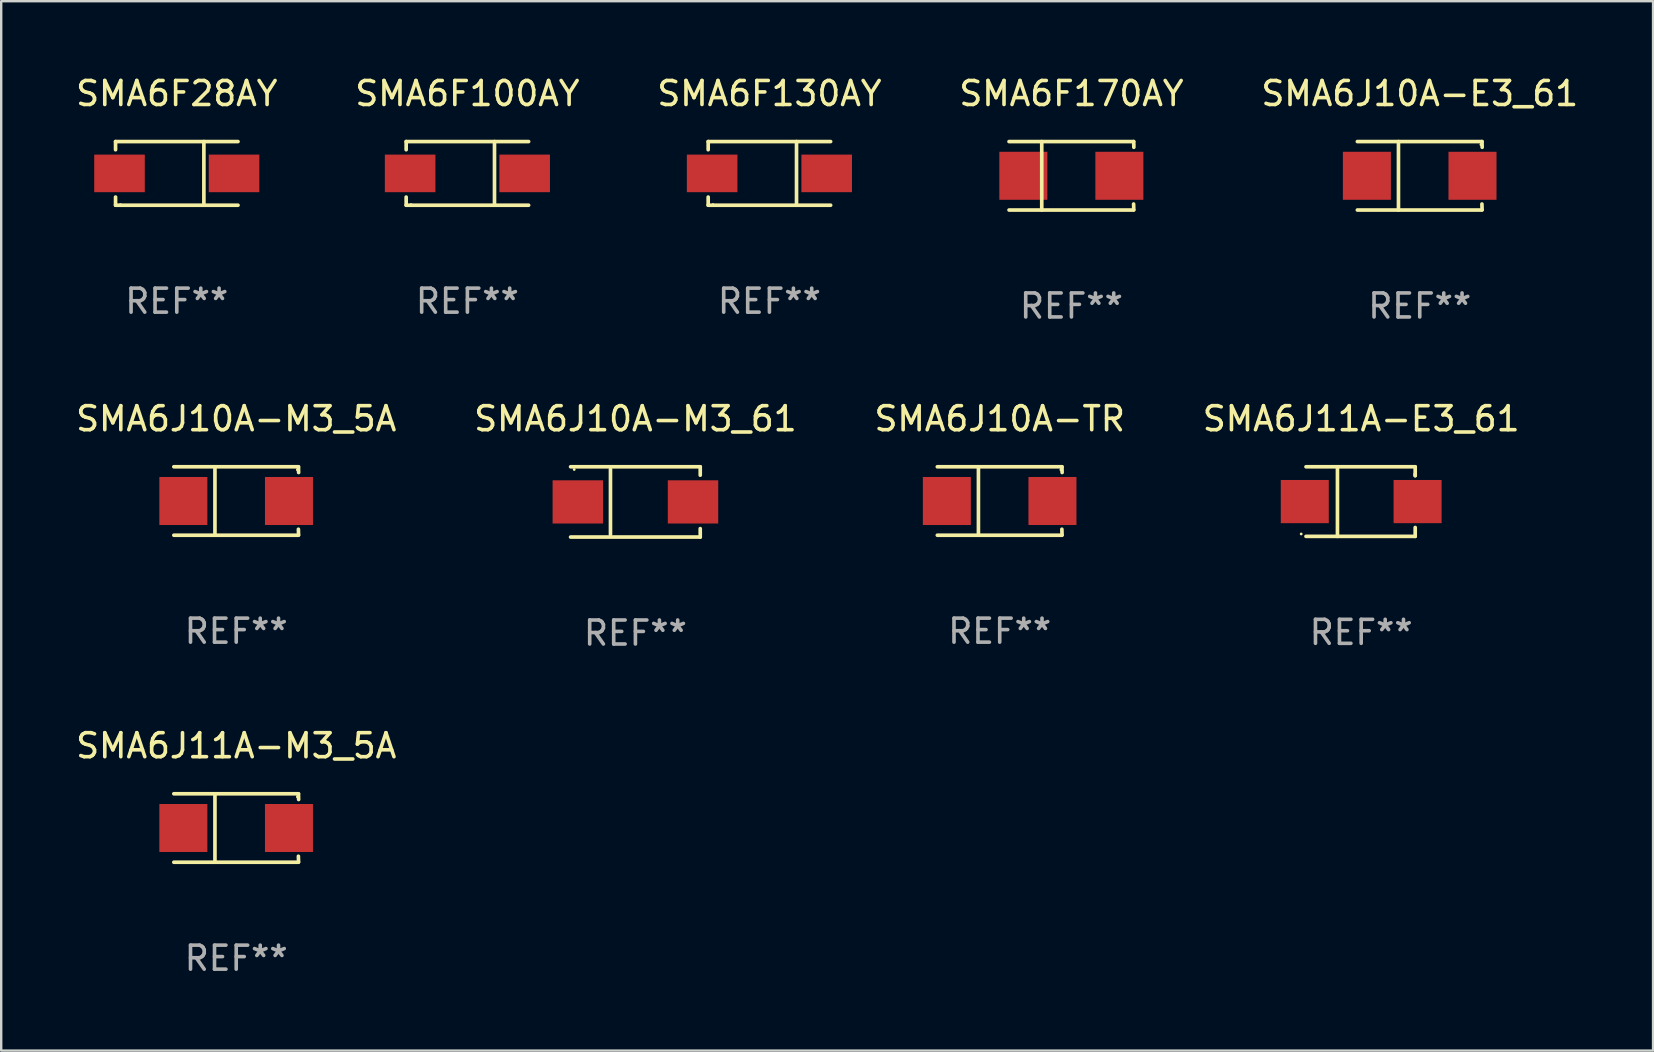
<source format=kicad_pcb>
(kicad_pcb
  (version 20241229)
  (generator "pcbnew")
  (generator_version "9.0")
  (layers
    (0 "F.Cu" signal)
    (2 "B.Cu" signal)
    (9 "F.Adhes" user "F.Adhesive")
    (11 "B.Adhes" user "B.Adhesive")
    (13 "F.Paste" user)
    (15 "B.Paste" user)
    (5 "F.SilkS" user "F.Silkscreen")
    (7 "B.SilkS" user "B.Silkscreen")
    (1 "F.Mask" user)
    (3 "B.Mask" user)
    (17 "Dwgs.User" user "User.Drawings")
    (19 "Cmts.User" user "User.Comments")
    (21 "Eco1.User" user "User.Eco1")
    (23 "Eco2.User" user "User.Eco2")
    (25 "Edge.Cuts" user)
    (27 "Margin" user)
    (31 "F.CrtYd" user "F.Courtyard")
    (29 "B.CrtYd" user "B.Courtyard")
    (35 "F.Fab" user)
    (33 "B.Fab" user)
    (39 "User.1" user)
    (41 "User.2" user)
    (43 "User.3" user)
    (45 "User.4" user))
  (footprint "SMA6J10A-TR"
    (layer "F.Cu")
    (at 38.601 17.823)
    (property "Reference" "SMA6J10A-TR" (at 0 -3.426 0) (layer "F.SilkS") (effects (font (size 1 1) (thickness 0.15))))
    (attr through_hole)
    (fp_line (start -2.6 -1.426) (end 2.593 -1.426) (stroke (width 0.152) (type solid)) (layer "F.SilkS"))
    (fp_line (start -2.6 1.426) (end 2.593 1.426) (stroke (width 0.152) (type solid)) (layer "F.SilkS"))
    (fp_line (start -0.887 -1.426) (end -0.887 1.426) (stroke (width 0.152) (type solid)) (layer "F.SilkS"))
    (fp_line (start 2.59 1.176) (end 2.597 1.415) (stroke (width 0.152) (type solid)) (layer "F.SilkS"))
    (fp_line (start 2.593 -1.426) (end 2.6 -1.187) (stroke (width 0.152) (type solid)) (layer "F.SilkS"))
    (fp_circle (center 2.547 -1.3) (end 2.577 -1.3) (stroke (width 0.06) (type solid)) (fill no) (layer "F.SilkS"))
    (fp_text user "REF**" (at 0 5.426 0) (layer "F.Fab") (effects (font (size 1 1) (thickness 0.15))))
    (pad "1" smd rect (at 2.197 -0.000025 180) (size 2 2) (layers "F.Cu" "F.Mask" "F.Paste"))
    (pad "2" smd rect (at -2.203 -0.000025 180) (size 2 2) (layers "F.Cu" "F.Mask" "F.Paste")))
  (footprint "SMA6J10A-M3_5A"
    (layer "F.Cu")
    (at 6.792 17.823)
    (property "Reference" "SMA6J10A-M3_5A" (at 0 -3.426 0) (layer "F.SilkS") (effects (font (size 1 1) (thickness 0.15))))
    (attr through_hole)
    (fp_line (start -2.6 -1.426) (end 2.593 -1.426) (stroke (width 0.152) (type solid)) (layer "F.SilkS"))
    (fp_line (start -2.6 1.426) (end 2.593 1.426) (stroke (width 0.152) (type solid)) (layer "F.SilkS"))
    (fp_line (start -0.887 -1.426) (end -0.887 1.426) (stroke (width 0.152) (type solid)) (layer "F.SilkS"))
    (fp_line (start 2.59 1.176) (end 2.597 1.415) (stroke (width 0.152) (type solid)) (layer "F.SilkS"))
    (fp_line (start 2.593 -1.426) (end 2.6 -1.187) (stroke (width 0.152) (type solid)) (layer "F.SilkS"))
    (fp_circle (center 2.547 -1.3) (end 2.577 -1.3) (stroke (width 0.06) (type solid)) (fill no) (layer "F.SilkS"))
    (fp_text user "REF**" (at 0 5.426 0) (layer "F.Fab") (effects (font (size 1 1) (thickness 0.15))))
    (pad "1" smd rect (at 2.197 -0.000025 180) (size 2 2) (layers "F.Cu" "F.Mask" "F.Paste"))
    (pad "2" smd rect (at -2.203 -0.000025 180) (size 2 2) (layers "F.Cu" "F.Mask" "F.Paste")))
  (footprint "SMA6J11A-E3_61"
    (layer "F.Cu")
    (at 53.661 17.847)
    (property "Reference" "SMA6J11A-E3_61" (at 0 -3.45 0) (layer "F.SilkS") (effects (font (size 1 1) (thickness 0.15))))
    (attr through_hole)
    (fp_line (start -2.3 -1.45) (end 2.25 -1.45) (stroke (width 0.152) (type solid)) (layer "F.SilkS"))
    (fp_line (start -0.989 -1.45) (end -0.989 1.45) (stroke (width 0.152) (type solid)) (layer "F.SilkS"))
    (fp_line (start 2.25 -1.45) (end 2.25 -1.08) (stroke (width 0.152) (type solid)) (layer "F.SilkS"))
    (fp_line (start 2.25 -1.08) (end 2.25 -1.142) (stroke (width 0.152) (type solid)) (layer "F.SilkS"))
    (fp_line (start 2.25 1.45) (end -2.3 1.45) (stroke (width 0.152) (type solid)) (layer "F.SilkS"))
    (fp_line (start 2.25 1.45) (end 2.25 1.08) (stroke (width 0.152) (type solid)) (layer "F.SilkS"))
    (fp_circle (center -2.5 1.35) (end -2.47 1.35) (stroke (width 0.06) (type solid)) (fill no) (layer "F.SilkS"))
    (fp_text user "REF**" (at 0 5.45 0) (layer "F.Fab") (effects (font (size 1 1) (thickness 0.15))))
    (pad "1" smd rect (at -2.35 0.000025) (size 2 1.8) (layers "F.Cu" "F.Mask" "F.Paste"))
    (pad "2" smd rect (at 2.35 0.000025) (size 2 1.8) (layers "F.Cu" "F.Mask" "F.Paste")))
  (footprint "SMA6F28AY"
    (layer "F.Cu")
    (at 4.315 4.174)
    (property "Reference" "SMA6F28AY" (at 0 -3.326 0) (layer "F.SilkS") (effects (font (size 1 1) (thickness 0.15))))
    (attr through_hole)
    (fp_line (start -2.551 -1.326) (end -2.551 -0.986) (stroke (width 0.152) (type solid)) (layer "F.SilkS"))
    (fp_line (start -2.551 1.326) (end -2.551 0.986) (stroke (width 0.152) (type solid)) (layer "F.SilkS"))
    (fp_line (start 1.129 1.326) (end 1.129 -1.326) (stroke (width 0.152) (type solid)) (layer "F.SilkS"))
    (fp_line (start 2.551 -1.326) (end -2.551 -1.326) (stroke (width 0.152) (type solid)) (layer "F.SilkS"))
    (fp_line (start 2.551 1.326) (end -2.551 1.326) (stroke (width 0.152) (type solid)) (layer "F.SilkS"))
    (fp_circle (center -2.35 1.3) (end -2.32 1.3) (stroke (width 0.06) (type solid)) (fill no) (layer "F.SilkS"))
    (fp_text user "REF**" (at 0 5.326 0) (layer "F.Fab") (effects (font (size 1 1) (thickness 0.15))))
    (pad "1" smd rect (at -2.386 0) (size 2.107 1.566) (layers "F.Cu" "F.Mask" "F.Paste"))
    (pad "2" smd rect (at 2.386 0) (size 2.107 1.566) (layers "F.Cu" "F.Mask" "F.Paste")))
  (footprint "SMA6F130AY"
    (layer "F.Cu")
    (at 29.006 4.174)
    (property "Reference" "SMA6F130AY" (at 0 -3.326 0) (layer "F.SilkS") (effects (font (size 1 1) (thickness 0.15))))
    (attr through_hole)
    (fp_line (start -2.551 -1.326) (end -2.551 -0.986) (stroke (width 0.152) (type solid)) (layer "F.SilkS"))
    (fp_line (start -2.551 1.326) (end -2.551 0.986) (stroke (width 0.152) (type solid)) (layer "F.SilkS"))
    (fp_line (start 1.129 1.326) (end 1.129 -1.326) (stroke (width 0.152) (type solid)) (layer "F.SilkS"))
    (fp_line (start 2.551 -1.326) (end -2.551 -1.326) (stroke (width 0.152) (type solid)) (layer "F.SilkS"))
    (fp_line (start 2.551 1.326) (end -2.551 1.326) (stroke (width 0.152) (type solid)) (layer "F.SilkS"))
    (fp_circle (center -2.35 1.3) (end -2.32 1.3) (stroke (width 0.06) (type solid)) (fill no) (layer "F.SilkS"))
    (fp_text user "REF**" (at 0 5.326 0) (layer "F.Fab") (effects (font (size 1 1) (thickness 0.15))))
    (pad "1" smd rect (at -2.386 0) (size 2.107 1.566) (layers "F.Cu" "F.Mask" "F.Paste"))
    (pad "2" smd rect (at 2.386 0) (size 2.107 1.566) (layers "F.Cu" "F.Mask" "F.Paste")))
  (footprint "SMA6J11A-M3_5A"
    (layer "F.Cu")
    (at 6.792 31.447)
    (property "Reference" "SMA6J11A-M3_5A" (at 0 -3.426 0) (layer "F.SilkS") (effects (font (size 1 1) (thickness 0.15))))
    (attr through_hole)
    (fp_line (start -2.6 -1.426) (end 2.593 -1.426) (stroke (width 0.152) (type solid)) (layer "F.SilkS"))
    (fp_line (start -2.6 1.426) (end 2.593 1.426) (stroke (width 0.152) (type solid)) (layer "F.SilkS"))
    (fp_line (start -0.887 -1.426) (end -0.887 1.426) (stroke (width 0.152) (type solid)) (layer "F.SilkS"))
    (fp_line (start 2.59 1.176) (end 2.597 1.415) (stroke (width 0.152) (type solid)) (layer "F.SilkS"))
    (fp_line (start 2.593 -1.426) (end 2.6 -1.187) (stroke (width 0.152) (type solid)) (layer "F.SilkS"))
    (fp_circle (center 2.547 -1.3) (end 2.577 -1.3) (stroke (width 0.06) (type solid)) (fill no) (layer "F.SilkS"))
    (fp_text user "REF**" (at 0 5.426 0) (layer "F.Fab") (effects (font (size 1 1) (thickness 0.15))))
    (pad "1" smd rect (at 2.197 -0.000025 180) (size 2 2) (layers "F.Cu" "F.Mask" "F.Paste"))
    (pad "2" smd rect (at -2.203 -0.000025 180) (size 2 2) (layers "F.Cu" "F.Mask" "F.Paste")))
  (footprint "SMA6F170AY"
    (layer "F.Cu")
    (at 41.589 4.274)
    (property "Reference" "SMA6F170AY" (at 0 -3.426 0) (layer "F.SilkS") (effects (font (size 1 1) (thickness 0.15))))
    (attr through_hole)
    (fp_line (start -2.6 -1.426) (end 2.593 -1.426) (stroke (width 0.152) (type solid)) (layer "F.SilkS"))
    (fp_line (start -2.6 1.426) (end 2.593 1.426) (stroke (width 0.152) (type solid)) (layer "F.SilkS"))
    (fp_line (start -1.237 -1.426) (end -1.237 1.426) (stroke (width 0.152) (type solid)) (layer "F.SilkS"))
    (fp_line (start 2.59 1.176) (end 2.597 1.415) (stroke (width 0.152) (type solid)) (layer "F.SilkS"))
    (fp_line (start 2.593 -1.426) (end 2.6 -1.187) (stroke (width 0.152) (type solid)) (layer "F.SilkS"))
    (fp_circle (center 2.602 -1.3) (end 2.632 -1.3) (stroke (width 0.06) (type solid)) (fill no) (layer "F.SilkS"))
    (fp_text user "REF**" (at 0 5.426 0) (layer "F.Fab") (effects (font (size 1 1) (thickness 0.15))))
    (pad "1" smd rect (at 1.997 0 180) (size 2 2) (layers "F.Cu" "F.Mask" "F.Paste"))
    (pad "2" smd rect (at -2.004 0 180) (size 2 2) (layers "F.Cu" "F.Mask" "F.Paste")))
  (footprint "SMA6F100AY"
    (layer "F.Cu")
    (at 16.423 4.174)
    (property "Reference" "SMA6F100AY" (at 0 -3.326 0) (layer "F.SilkS") (effects (font (size 1 1) (thickness 0.15))))
    (attr through_hole)
    (fp_line (start -2.551 -1.326) (end -2.551 -0.986) (stroke (width 0.152) (type solid)) (layer "F.SilkS"))
    (fp_line (start -2.551 1.326) (end -2.551 0.986) (stroke (width 0.152) (type solid)) (layer "F.SilkS"))
    (fp_line (start 1.129 1.326) (end 1.129 -1.326) (stroke (width 0.152) (type solid)) (layer "F.SilkS"))
    (fp_line (start 2.551 -1.326) (end -2.551 -1.326) (stroke (width 0.152) (type solid)) (layer "F.SilkS"))
    (fp_line (start 2.551 1.326) (end -2.551 1.326) (stroke (width 0.152) (type solid)) (layer "F.SilkS"))
    (fp_circle (center -2.35 1.3) (end -2.32 1.3) (stroke (width 0.06) (type solid)) (fill no) (layer "F.SilkS"))
    (fp_text user "REF**" (at 0 5.326 0) (layer "F.Fab") (effects (font (size 1 1) (thickness 0.15))))
    (pad "1" smd rect (at -2.386 0) (size 2.107 1.566) (layers "F.Cu" "F.Mask" "F.Paste"))
    (pad "2" smd rect (at 2.386 0) (size 2.107 1.566) (layers "F.Cu" "F.Mask" "F.Paste")))
  (footprint "SMA6J10A-E3_61"
    (layer "F.Cu")
    (at 56.101 4.274)
    (property "Reference" "SMA6J10A-E3_61" (at 0 -3.426 0) (layer "F.SilkS") (effects (font (size 1 1) (thickness 0.15))))
    (attr through_hole)
    (fp_line (start -2.6 -1.426) (end 2.593 -1.426) (stroke (width 0.152) (type solid)) (layer "F.SilkS"))
    (fp_line (start -2.6 1.426) (end 2.593 1.426) (stroke (width 0.152) (type solid)) (layer "F.SilkS"))
    (fp_line (start -0.887 -1.426) (end -0.887 1.426) (stroke (width 0.152) (type solid)) (layer "F.SilkS"))
    (fp_line (start 2.59 1.176) (end 2.597 1.415) (stroke (width 0.152) (type solid)) (layer "F.SilkS"))
    (fp_line (start 2.593 -1.426) (end 2.6 -1.187) (stroke (width 0.152) (type solid)) (layer "F.SilkS"))
    (fp_circle (center 2.547 -1.3) (end 2.577 -1.3) (stroke (width 0.06) (type solid)) (fill no) (layer "F.SilkS"))
    (fp_text user "REF**" (at 0 5.426 0) (layer "F.Fab") (effects (font (size 1 1) (thickness 0.15))))
    (pad "1" smd rect (at 2.197 -0.000025 180) (size 2 2) (layers "F.Cu" "F.Mask" "F.Paste"))
    (pad "2" smd rect (at -2.203 -0.000025 180) (size 2 2) (layers "F.Cu" "F.Mask" "F.Paste")))
  (footprint "SMA6J10A-M3_61"
    (layer "F.Cu")
    (at 23.423 17.861)
    (property "Reference" "SMA6J10A-M3_61" (at 0 -3.464 0) (layer "F.SilkS") (effects (font (size 1 1) (thickness 0.15))))
    (attr through_hole)
    (fp_line (start -2.701 -1.464) (end 2.701 -1.464) (stroke (width 0.152) (type solid)) (layer "F.SilkS"))
    (fp_line (start -2.701 1.464) (end 2.701 1.464) (stroke (width 0.152) (type solid)) (layer "F.SilkS"))
    (fp_line (start -1.039 -1.364) (end -1.039 1.364) (stroke (width 0.152) (type solid)) (layer "F.SilkS"))
    (fp_line (start 2.701 -1.464) (end 2.701 -1.113) (stroke (width 0.152) (type solid)) (layer "F.SilkS"))
    (fp_line (start 2.701 1.464) (end 2.701 1.113) (stroke (width 0.152) (type solid)) (layer "F.SilkS"))
    (fp_circle (center -2.55 -1.35) (end -2.52 -1.35) (stroke (width 0.06) (type solid)) (fill no) (layer "F.SilkS"))
    (fp_text user "REF**" (at 0 5.464 0) (layer "F.Fab") (effects (font (size 1 1) (thickness 0.15))))
    (pad "1" smd rect (at -2.4 0) (size 2.1 1.8) (layers "F.Cu" "F.Mask" "F.Paste"))
    (pad "2" smd rect (at 2.4 0) (size 2.1 1.8) (layers "F.Cu" "F.Mask" "F.Paste")))
  (gr_rect
    (start -3 -3)
    (end 65.821 40.722)
    (stroke (width 0.1) (type default))
    (fill no)
    (layer "Edge.Cuts")))
</source>
